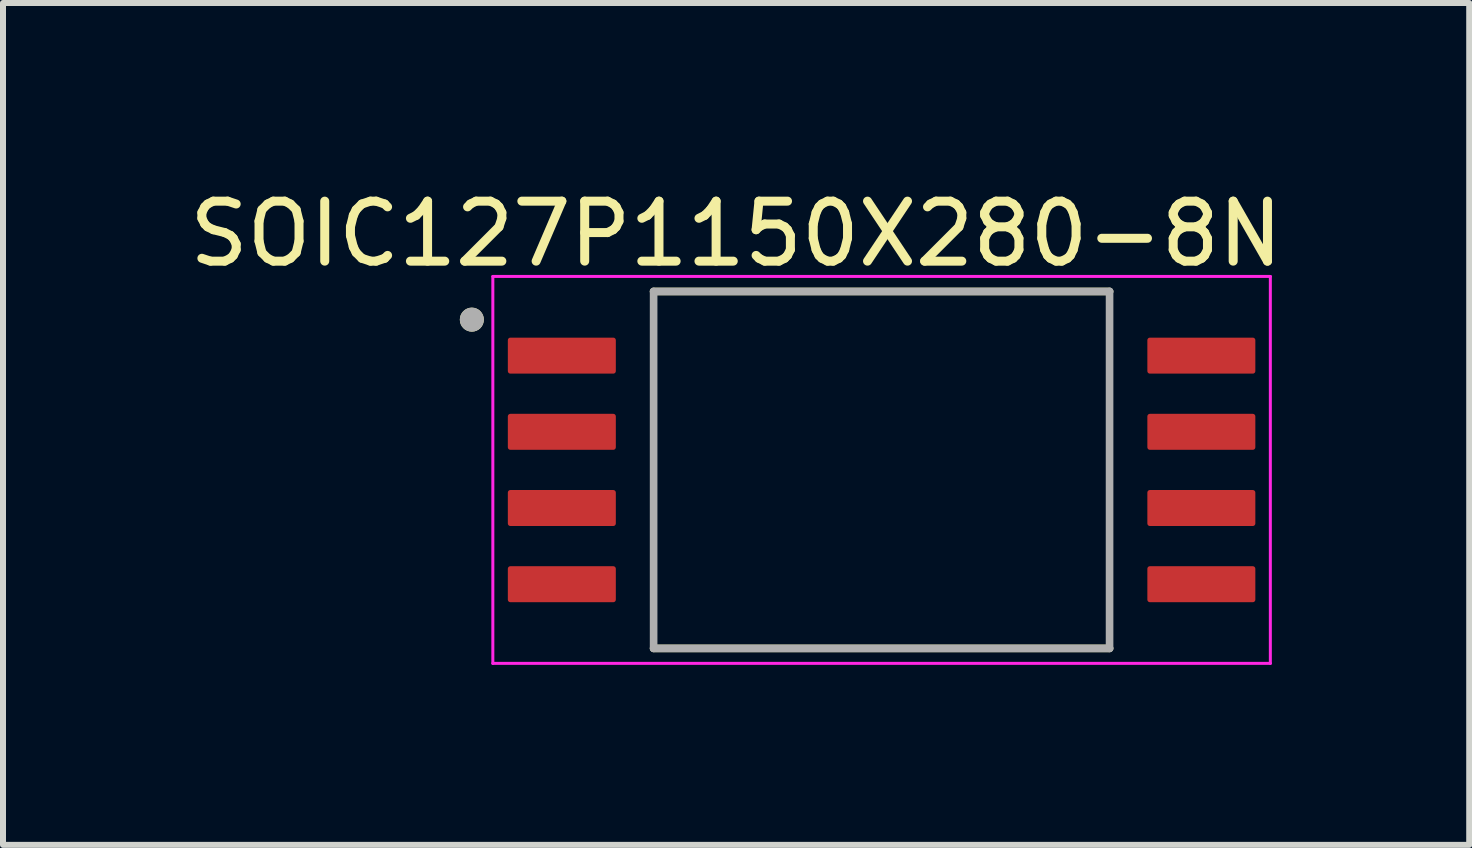
<source format=kicad_pcb>
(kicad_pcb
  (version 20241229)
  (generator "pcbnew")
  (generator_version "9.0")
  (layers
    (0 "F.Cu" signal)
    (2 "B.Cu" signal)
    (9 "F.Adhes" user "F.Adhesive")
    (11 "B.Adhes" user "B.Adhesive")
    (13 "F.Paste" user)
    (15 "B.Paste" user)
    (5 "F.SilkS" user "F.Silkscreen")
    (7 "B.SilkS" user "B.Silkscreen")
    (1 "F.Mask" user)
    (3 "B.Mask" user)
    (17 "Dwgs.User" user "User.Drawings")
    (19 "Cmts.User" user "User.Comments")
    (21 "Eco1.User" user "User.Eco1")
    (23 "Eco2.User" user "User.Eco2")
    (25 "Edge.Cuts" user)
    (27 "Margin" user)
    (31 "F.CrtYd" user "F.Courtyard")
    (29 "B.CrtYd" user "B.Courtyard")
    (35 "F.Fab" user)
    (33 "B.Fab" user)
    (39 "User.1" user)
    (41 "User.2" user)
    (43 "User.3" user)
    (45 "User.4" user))
  (footprint "SOIC127P1150X280-8N"
    (layer "F.Cu")
    (at 11.645 4.783)
    (property "Reference" "SOIC127P1150X280-8N" (at -2.425 -3.935 0) (layer "F.SilkS") (effects (font (size 1 1) (thickness 0.15))))
    (attr through_hole)
    (fp_line (start -3.8 -2.975) (end 3.8 -2.975) (stroke (width 0.127) (type solid)) (layer "F.SilkS"))
    (fp_line (start -3.8 2.975) (end 3.8 2.975) (stroke (width 0.127) (type solid)) (layer "F.SilkS"))
    (fp_circle (center -6.83 -2.505) (end -6.73 -2.505) (stroke (width 0.2) (type solid)) (fill no) (layer "F.SilkS"))
    (fp_line (start -6.48 -3.225) (end -6.48 3.225) (stroke (width 0.05) (type solid)) (layer "F.CrtYd"))
    (fp_line (start -6.48 -3.225) (end 6.48 -3.225) (stroke (width 0.05) (type solid)) (layer "F.CrtYd"))
    (fp_line (start -6.48 3.225) (end 6.48 3.225) (stroke (width 0.05) (type solid)) (layer "F.CrtYd"))
    (fp_line (start 6.48 -3.225) (end 6.48 3.225) (stroke (width 0.05) (type solid)) (layer "F.CrtYd"))
    (fp_line (start -3.8 -2.975) (end -3.8 2.975) (stroke (width 0.127) (type solid)) (layer "F.Fab"))
    (fp_line (start -3.8 -2.975) (end 3.8 -2.975) (stroke (width 0.127) (type solid)) (layer "F.Fab"))
    (fp_line (start -3.8 2.975) (end 3.8 2.975) (stroke (width 0.127) (type solid)) (layer "F.Fab"))
    (fp_line (start 3.8 -2.975) (end 3.8 2.975) (stroke (width 0.127) (type solid)) (layer "F.Fab"))
    (fp_circle (center -6.83 -2.505) (end -6.73 -2.505) (stroke (width 0.2) (type solid)) (fill no) (layer "F.Fab"))
    (pad "1" smd roundrect (at -5.33 -1.905) (size 1.8 0.6) (layers "F.Cu" "F.Mask" "F.Paste") (roundrect_rratio 0.07))
    (pad "2" smd roundrect (at -5.33 -0.635) (size 1.8 0.6) (layers "F.Cu" "F.Mask" "F.Paste") (roundrect_rratio 0.07))
    (pad "3" smd roundrect (at -5.33 0.635) (size 1.8 0.6) (layers "F.Cu" "F.Mask" "F.Paste") (roundrect_rratio 0.07))
    (pad "4" smd roundrect (at -5.33 1.905) (size 1.8 0.6) (layers "F.Cu" "F.Mask" "F.Paste") (roundrect_rratio 0.07))
    (pad "5" smd roundrect (at 5.33 1.905) (size 1.8 0.6) (layers "F.Cu" "F.Mask" "F.Paste") (roundrect_rratio 0.07))
    (pad "6" smd roundrect (at 5.33 0.635) (size 1.8 0.6) (layers "F.Cu" "F.Mask" "F.Paste") (roundrect_rratio 0.07))
    (pad "7" smd roundrect (at 5.33 -0.635) (size 1.8 0.6) (layers "F.Cu" "F.Mask" "F.Paste") (roundrect_rratio 0.07))
    (pad "8" smd roundrect (at 5.33 -1.905) (size 1.8 0.6) (layers "F.Cu" "F.Mask" "F.Paste") (roundrect_rratio 0.07)))
  (gr_rect
    (start -3 -3)
    (end 21.44 11.033)
    (stroke (width 0.1) (type default))
    (fill no)
    (layer "Edge.Cuts")))
</source>
